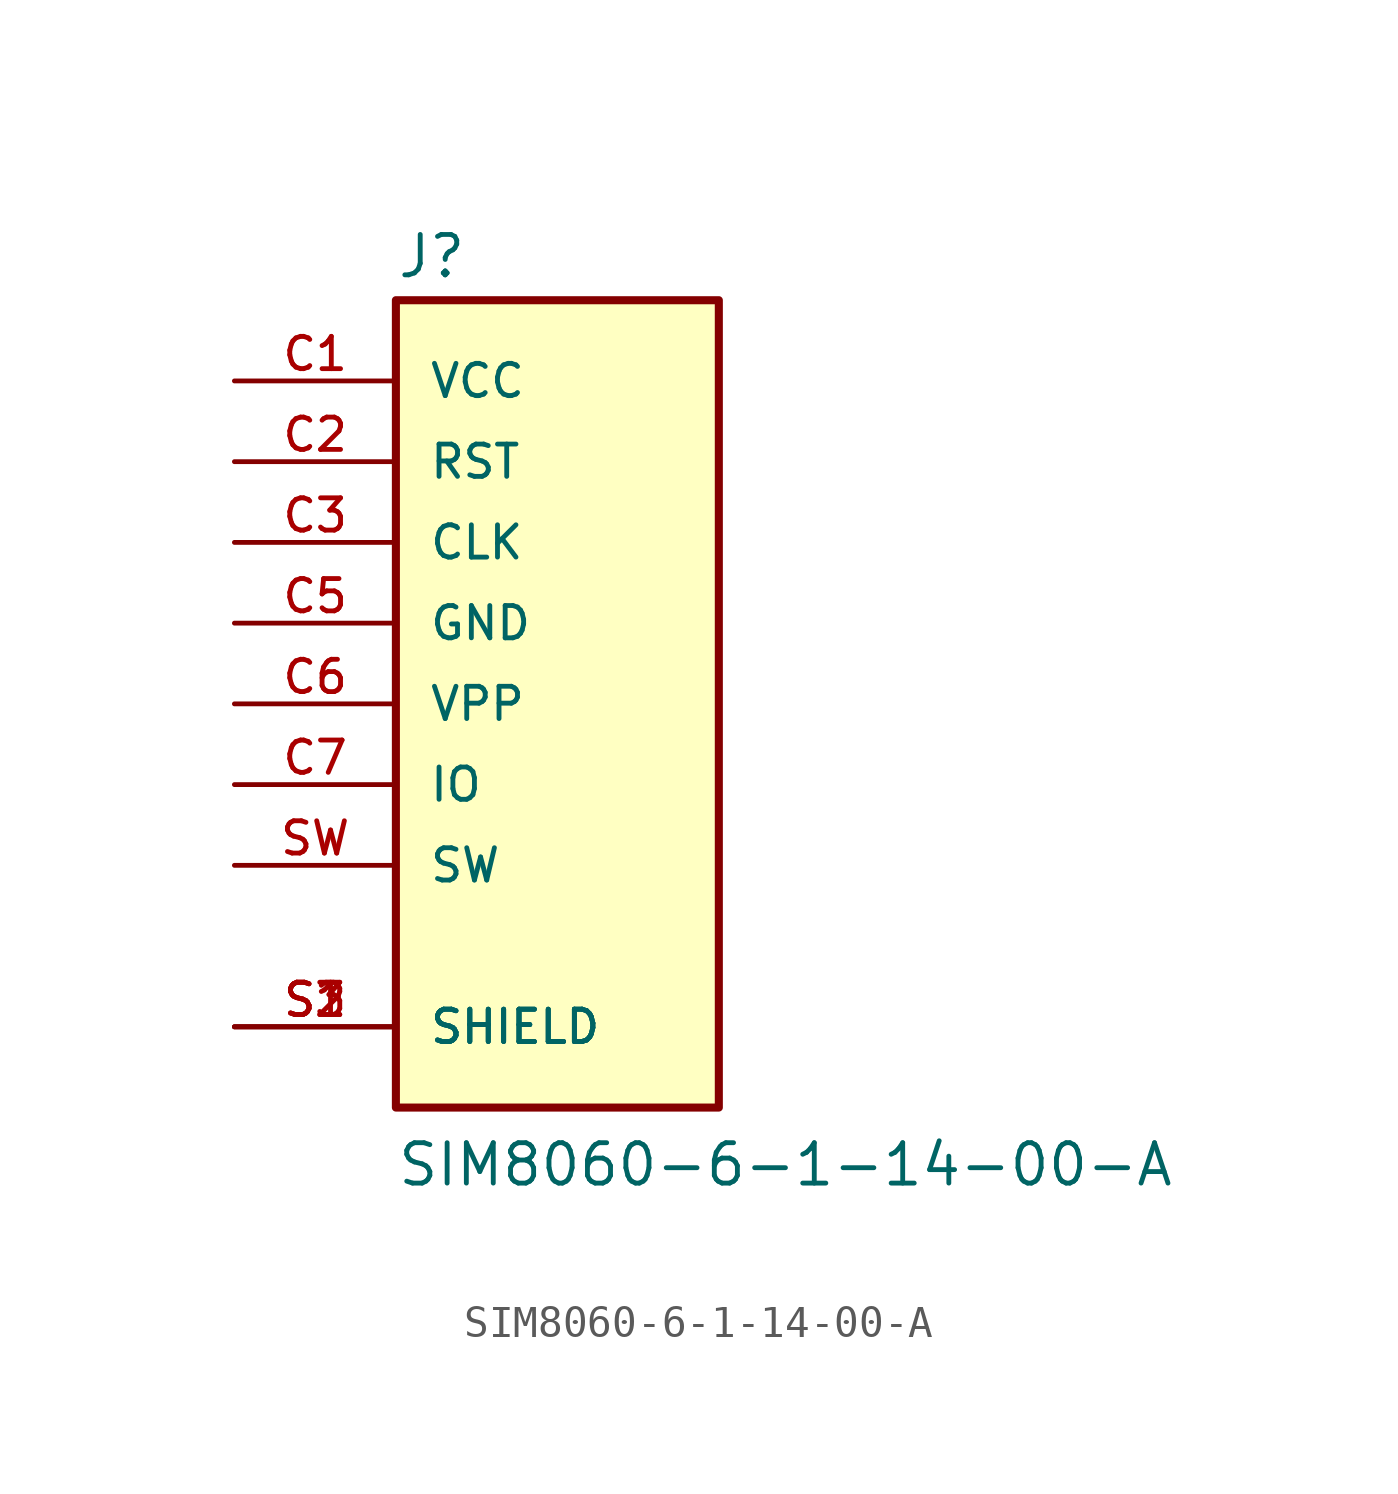
<source format=kicad_sym>
(kicad_symbol_lib
  (version 20211014)
  (generator kicad_symbol_editor)
  (symbol "SIM8060-6-1-14-00-A"
    (pin_names
      (offset 1.016))
    (property "Reference" "J"
      (at -5.08 13.335 0)
      (effects (font (size 1.27 1.27)) (justify bottom left)))
    (property "Value" "SIM8060-6-1-14-00-A"
      (at -5.08 -15.24 0)
      (effects (font (size 1.27 1.27)) (justify bottom left)))
    (symbol "SIM8060-6-1-14-00-A_0_0"
      (rectangle (start -5.08 -12.7) (end 5.08 12.7) (stroke (width 0.254)) (fill (type background)))
      (pin passive line (at -10.16 10.16 0) (length 5.08) (name "VCC" (effects (font (size 1.016 1.016)))) (number "C1" (effects (font (size 1.016 1.016)))))
      (pin passive line (at -10.16 7.62 0) (length 5.08) (name "RST" (effects (font (size 1.016 1.016)))) (number "C2" (effects (font (size 1.016 1.016)))))
      (pin passive line (at -10.16 5.08 0) (length 5.08) (name "CLK" (effects (font (size 1.016 1.016)))) (number "C3" (effects (font (size 1.016 1.016)))))
      (pin passive line (at -10.16 2.54 0) (length 5.08) (name "GND" (effects (font (size 1.016 1.016)))) (number "C5" (effects (font (size 1.016 1.016)))))
      (pin passive line (at -10.16 0.0 0) (length 5.08) (name "VPP" (effects (font (size 1.016 1.016)))) (number "C6" (effects (font (size 1.016 1.016)))))
      (pin passive line (at -10.16 -2.54 0) (length 5.08) (name "IO" (effects (font (size 1.016 1.016)))) (number "C7" (effects (font (size 1.016 1.016)))))
      (pin passive line (at -10.16 -5.08 0) (length 5.08) (name "SW" (effects (font (size 1.016 1.016)))) (number "SW" (effects (font (size 1.016 1.016)))))
      (pin passive line (at -10.16 -10.16 0) (length 5.08) (name "SHIELD" (effects (font (size 1.016 1.016)))) (number "S1" (effects (font (size 1.016 1.016)))))
      (pin passive line (at -10.16 -10.16 0) (length 5.08) (name "SHIELD" (effects (font (size 1.016 1.016)))) (number "S2" (effects (font (size 1.016 1.016)))))
      (pin passive line (at -10.16 -10.16 0) (length 5.08) (name "SHIELD" (effects (font (size 1.016 1.016)))) (number "S3" (effects (font (size 1.016 1.016))))))))
</source>
